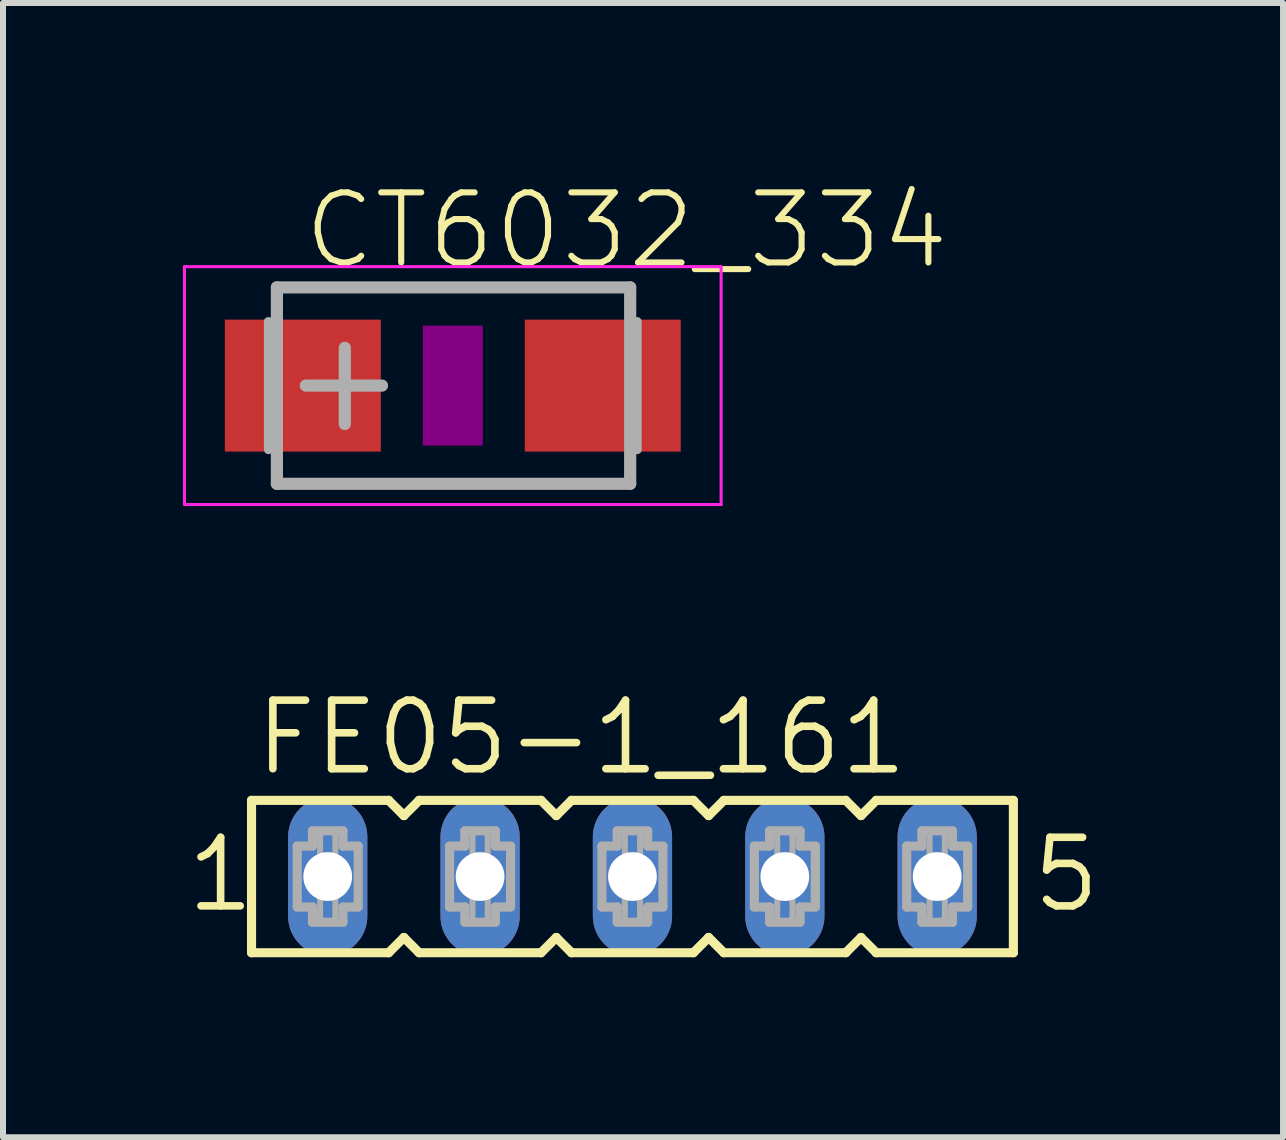
<source format=kicad_pcb>
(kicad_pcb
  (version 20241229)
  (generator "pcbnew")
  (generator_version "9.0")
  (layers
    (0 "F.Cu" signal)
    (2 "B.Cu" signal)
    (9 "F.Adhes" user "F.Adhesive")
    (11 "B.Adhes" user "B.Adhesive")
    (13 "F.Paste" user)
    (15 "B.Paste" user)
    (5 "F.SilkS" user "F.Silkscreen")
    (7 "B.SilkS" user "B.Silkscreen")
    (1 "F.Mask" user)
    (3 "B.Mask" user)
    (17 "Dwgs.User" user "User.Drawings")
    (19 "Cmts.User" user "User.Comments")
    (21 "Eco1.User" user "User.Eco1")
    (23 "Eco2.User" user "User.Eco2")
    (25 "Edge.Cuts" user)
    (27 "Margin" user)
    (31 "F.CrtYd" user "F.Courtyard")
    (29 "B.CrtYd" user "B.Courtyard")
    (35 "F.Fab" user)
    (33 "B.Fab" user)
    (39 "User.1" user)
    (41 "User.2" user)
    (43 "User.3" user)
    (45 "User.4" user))
  (footprint "FE05-1_161"
    (layer "F.Cu")
    (at 7.493 11.562)
    (property "Reference" "FE05-1_161" (at -6.35 -1.651 0) (unlocked yes) (layer "F.SilkS") (effects (font (size 1.143 1.143) (thickness 0.127)) (justify left bottom)))
    (fp_line (start -6.35 -1.27) (end -6.35 1.27) (stroke (width 0.152) (type solid)) (layer "F.SilkS"))
    (fp_line (start -6.35 1.27) (end -4.064 1.27) (stroke (width 0.152) (type solid)) (layer "F.SilkS"))
    (fp_line (start -4.064 -1.27) (end -6.35 -1.27) (stroke (width 0.152) (type solid)) (layer "F.SilkS"))
    (fp_line (start -4.064 1.27) (end -3.81 1.016) (stroke (width 0.152) (type solid)) (layer "F.SilkS"))
    (fp_line (start -3.81 -1.016) (end -4.064 -1.27) (stroke (width 0.152) (type solid)) (layer "F.SilkS"))
    (fp_line (start -3.81 1.016) (end -3.556 1.27) (stroke (width 0.152) (type solid)) (layer "F.SilkS"))
    (fp_line (start -3.556 -1.27) (end -3.81 -1.016) (stroke (width 0.152) (type solid)) (layer "F.SilkS"))
    (fp_line (start -3.556 1.27) (end -1.524 1.27) (stroke (width 0.152) (type solid)) (layer "F.SilkS"))
    (fp_line (start -1.524 -1.27) (end -3.556 -1.27) (stroke (width 0.152) (type solid)) (layer "F.SilkS"))
    (fp_line (start -1.524 1.27) (end -1.27 1.016) (stroke (width 0.152) (type solid)) (layer "F.SilkS"))
    (fp_line (start -1.27 -1.016) (end -1.524 -1.27) (stroke (width 0.152) (type solid)) (layer "F.SilkS"))
    (fp_line (start -1.27 1.016) (end -1.016 1.27) (stroke (width 0.152) (type solid)) (layer "F.SilkS"))
    (fp_line (start -1.016 -1.27) (end -1.27 -1.016) (stroke (width 0.152) (type solid)) (layer "F.SilkS"))
    (fp_line (start -1.016 1.27) (end 1.016 1.27) (stroke (width 0.152) (type solid)) (layer "F.SilkS"))
    (fp_line (start 1.016 -1.27) (end -1.016 -1.27) (stroke (width 0.152) (type solid)) (layer "F.SilkS"))
    (fp_line (start 1.016 1.27) (end 1.27 1.016) (stroke (width 0.152) (type solid)) (layer "F.SilkS"))
    (fp_line (start 1.27 -1.016) (end 1.016 -1.27) (stroke (width 0.152) (type solid)) (layer "F.SilkS"))
    (fp_line (start 1.27 1.016) (end 1.524 1.27) (stroke (width 0.152) (type solid)) (layer "F.SilkS"))
    (fp_line (start 1.524 -1.27) (end 1.27 -1.016) (stroke (width 0.152) (type solid)) (layer "F.SilkS"))
    (fp_line (start 1.524 1.27) (end 3.556 1.27) (stroke (width 0.152) (type solid)) (layer "F.SilkS"))
    (fp_line (start 3.556 -1.27) (end 1.524 -1.27) (stroke (width 0.152) (type solid)) (layer "F.SilkS"))
    (fp_line (start 3.556 1.27) (end 3.81 1.016) (stroke (width 0.152) (type solid)) (layer "F.SilkS"))
    (fp_line (start 3.81 -1.016) (end 3.556 -1.27) (stroke (width 0.152) (type solid)) (layer "F.SilkS"))
    (fp_line (start 3.81 1.016) (end 4.064 1.27) (stroke (width 0.152) (type solid)) (layer "F.SilkS"))
    (fp_line (start 4.064 -1.27) (end 3.81 -1.016) (stroke (width 0.152) (type solid)) (layer "F.SilkS"))
    (fp_line (start 4.064 1.27) (end 6.35 1.27) (stroke (width 0.152) (type solid)) (layer "F.SilkS"))
    (fp_line (start 6.35 -1.27) (end 4.064 -1.27) (stroke (width 0.152) (type solid)) (layer "F.SilkS"))
    (fp_line (start 6.35 1.27) (end 6.35 -1.27) (stroke (width 0.152) (type solid)) (layer "F.SilkS"))
    (fp_line (start -5.588 -0.508) (end -5.588 0.508) (stroke (width 0.152) (type solid)) (layer "F.Fab"))
    (fp_line (start -5.588 0.508) (end -5.334 0.508) (stroke (width 0.152) (type solid)) (layer "F.Fab"))
    (fp_line (start -5.334 -0.762) (end -5.334 -0.508) (stroke (width 0.152) (type solid)) (layer "F.Fab"))
    (fp_line (start -5.334 -0.508) (end -5.588 -0.508) (stroke (width 0.152) (type solid)) (layer "F.Fab"))
    (fp_line (start -5.334 0.508) (end -5.334 0.762) (stroke (width 0.152) (type solid)) (layer "F.Fab"))
    (fp_line (start -5.334 0.762) (end -4.826 0.762) (stroke (width 0.152) (type solid)) (layer "F.Fab"))
    (fp_line (start -4.826 -0.762) (end -5.334 -0.762) (stroke (width 0.152) (type solid)) (layer "F.Fab"))
    (fp_line (start -4.826 -0.508) (end -4.826 -0.762) (stroke (width 0.152) (type solid)) (layer "F.Fab"))
    (fp_line (start -4.826 0.508) (end -4.572 0.508) (stroke (width 0.152) (type solid)) (layer "F.Fab"))
    (fp_line (start -4.826 0.762) (end -4.826 0.508) (stroke (width 0.152) (type solid)) (layer "F.Fab"))
    (fp_line (start -4.572 -0.508) (end -4.826 -0.508) (stroke (width 0.152) (type solid)) (layer "F.Fab"))
    (fp_line (start -4.572 0.508) (end -4.572 -0.508) (stroke (width 0.152) (type solid)) (layer "F.Fab"))
    (fp_line (start -3.048 -0.508) (end -3.048 0.508) (stroke (width 0.152) (type solid)) (layer "F.Fab"))
    (fp_line (start -3.048 0.508) (end -2.794 0.508) (stroke (width 0.152) (type solid)) (layer "F.Fab"))
    (fp_line (start -2.794 -0.762) (end -2.794 -0.508) (stroke (width 0.152) (type solid)) (layer "F.Fab"))
    (fp_line (start -2.794 -0.508) (end -3.048 -0.508) (stroke (width 0.152) (type solid)) (layer "F.Fab"))
    (fp_line (start -2.794 0.508) (end -2.794 0.762) (stroke (width 0.152) (type solid)) (layer "F.Fab"))
    (fp_line (start -2.794 0.762) (end -2.286 0.762) (stroke (width 0.152) (type solid)) (layer "F.Fab"))
    (fp_line (start -2.286 -0.762) (end -2.794 -0.762) (stroke (width 0.152) (type solid)) (layer "F.Fab"))
    (fp_line (start -2.286 -0.508) (end -2.286 -0.762) (stroke (width 0.152) (type solid)) (layer "F.Fab"))
    (fp_line (start -2.286 0.508) (end -2.032 0.508) (stroke (width 0.152) (type solid)) (layer "F.Fab"))
    (fp_line (start -2.286 0.762) (end -2.286 0.508) (stroke (width 0.152) (type solid)) (layer "F.Fab"))
    (fp_line (start -2.032 -0.508) (end -2.286 -0.508) (stroke (width 0.152) (type solid)) (layer "F.Fab"))
    (fp_line (start -2.032 0.508) (end -2.032 -0.508) (stroke (width 0.152) (type solid)) (layer "F.Fab"))
    (fp_line (start -0.508 -0.508) (end -0.508 0.508) (stroke (width 0.152) (type solid)) (layer "F.Fab"))
    (fp_line (start -0.508 0.508) (end -0.254 0.508) (stroke (width 0.152) (type solid)) (layer "F.Fab"))
    (fp_line (start -0.254 -0.762) (end -0.254 -0.508) (stroke (width 0.152) (type solid)) (layer "F.Fab"))
    (fp_line (start -0.254 -0.508) (end -0.508 -0.508) (stroke (width 0.152) (type solid)) (layer "F.Fab"))
    (fp_line (start -0.254 0.508) (end -0.254 0.762) (stroke (width 0.152) (type solid)) (layer "F.Fab"))
    (fp_line (start -0.254 0.762) (end 0.254 0.762) (stroke (width 0.152) (type solid)) (layer "F.Fab"))
    (fp_line (start 0.254 -0.762) (end -0.254 -0.762) (stroke (width 0.152) (type solid)) (layer "F.Fab"))
    (fp_line (start 0.254 -0.508) (end 0.254 -0.762) (stroke (width 0.152) (type solid)) (layer "F.Fab"))
    (fp_line (start 0.254 0.508) (end 0.508 0.508) (stroke (width 0.152) (type solid)) (layer "F.Fab"))
    (fp_line (start 0.254 0.762) (end 0.254 0.508) (stroke (width 0.152) (type solid)) (layer "F.Fab"))
    (fp_line (start 0.508 -0.508) (end 0.254 -0.508) (stroke (width 0.152) (type solid)) (layer "F.Fab"))
    (fp_line (start 0.508 0.508) (end 0.508 -0.508) (stroke (width 0.152) (type solid)) (layer "F.Fab"))
    (fp_line (start 2.032 -0.508) (end 2.032 0.508) (stroke (width 0.152) (type solid)) (layer "F.Fab"))
    (fp_line (start 2.032 0.508) (end 2.286 0.508) (stroke (width 0.152) (type solid)) (layer "F.Fab"))
    (fp_line (start 2.286 -0.762) (end 2.286 -0.508) (stroke (width 0.152) (type solid)) (layer "F.Fab"))
    (fp_line (start 2.286 -0.508) (end 2.032 -0.508) (stroke (width 0.152) (type solid)) (layer "F.Fab"))
    (fp_line (start 2.286 0.508) (end 2.286 0.762) (stroke (width 0.152) (type solid)) (layer "F.Fab"))
    (fp_line (start 2.286 0.762) (end 2.794 0.762) (stroke (width 0.152) (type solid)) (layer "F.Fab"))
    (fp_line (start 2.794 -0.762) (end 2.286 -0.762) (stroke (width 0.152) (type solid)) (layer "F.Fab"))
    (fp_line (start 2.794 -0.508) (end 2.794 -0.762) (stroke (width 0.152) (type solid)) (layer "F.Fab"))
    (fp_line (start 2.794 0.508) (end 3.048 0.508) (stroke (width 0.152) (type solid)) (layer "F.Fab"))
    (fp_line (start 2.794 0.762) (end 2.794 0.508) (stroke (width 0.152) (type solid)) (layer "F.Fab"))
    (fp_line (start 3.048 -0.508) (end 2.794 -0.508) (stroke (width 0.152) (type solid)) (layer "F.Fab"))
    (fp_line (start 3.048 0.508) (end 3.048 -0.508) (stroke (width 0.152) (type solid)) (layer "F.Fab"))
    (fp_line (start 4.572 -0.508) (end 4.572 0.508) (stroke (width 0.152) (type solid)) (layer "F.Fab"))
    (fp_line (start 4.572 0.508) (end 4.826 0.508) (stroke (width 0.152) (type solid)) (layer "F.Fab"))
    (fp_line (start 4.826 -0.762) (end 4.826 -0.508) (stroke (width 0.152) (type solid)) (layer "F.Fab"))
    (fp_line (start 4.826 -0.508) (end 4.572 -0.508) (stroke (width 0.152) (type solid)) (layer "F.Fab"))
    (fp_line (start 4.826 0.508) (end 4.826 0.762) (stroke (width 0.152) (type solid)) (layer "F.Fab"))
    (fp_line (start 4.826 0.762) (end 5.334 0.762) (stroke (width 0.152) (type solid)) (layer "F.Fab"))
    (fp_line (start 5.334 -0.762) (end 4.826 -0.762) (stroke (width 0.152) (type solid)) (layer "F.Fab"))
    (fp_line (start 5.334 -0.508) (end 5.334 -0.762) (stroke (width 0.152) (type solid)) (layer "F.Fab"))
    (fp_line (start 5.334 0.508) (end 5.588 0.508) (stroke (width 0.152) (type solid)) (layer "F.Fab"))
    (fp_line (start 5.334 0.762) (end 5.334 0.508) (stroke (width 0.152) (type solid)) (layer "F.Fab"))
    (fp_line (start 5.588 -0.508) (end 5.334 -0.508) (stroke (width 0.152) (type solid)) (layer "F.Fab"))
    (fp_line (start 5.588 0.508) (end 5.588 -0.508) (stroke (width 0.152) (type solid)) (layer "F.Fab"))
    (fp_poly (pts (xy -5.207 -0.254) (xy -4.953 -0.254) (xy -4.953 -0.762) (xy -5.207 -0.762)) (stroke (width 0.1) (type default)) (fill no) (layer "F.Fab"))
    (fp_poly (pts (xy -5.207 0.762) (xy -4.953 0.762) (xy -4.953 0.254) (xy -5.207 0.254)) (stroke (width 0.1) (type default)) (fill no) (layer "F.Fab"))
    (fp_poly (pts (xy -2.667 -0.254) (xy -2.413 -0.254) (xy -2.413 -0.762) (xy -2.667 -0.762)) (stroke (width 0.1) (type default)) (fill no) (layer "F.Fab"))
    (fp_poly (pts (xy -2.667 0.762) (xy -2.413 0.762) (xy -2.413 0.254) (xy -2.667 0.254)) (stroke (width 0.1) (type default)) (fill no) (layer "F.Fab"))
    (fp_poly (pts (xy -0.127 -0.254) (xy 0.127 -0.254) (xy 0.127 -0.762) (xy -0.127 -0.762)) (stroke (width 0.1) (type default)) (fill no) (layer "F.Fab"))
    (fp_poly (pts (xy -0.127 0.762) (xy 0.127 0.762) (xy 0.127 0.254) (xy -0.127 0.254)) (stroke (width 0.1) (type default)) (fill no) (layer "F.Fab"))
    (fp_poly (pts (xy 2.413 -0.254) (xy 2.667 -0.254) (xy 2.667 -0.762) (xy 2.413 -0.762)) (stroke (width 0.1) (type default)) (fill no) (layer "F.Fab"))
    (fp_poly (pts (xy 2.413 0.762) (xy 2.667 0.762) (xy 2.667 0.254) (xy 2.413 0.254)) (stroke (width 0.1) (type default)) (fill no) (layer "F.Fab"))
    (fp_poly (pts (xy 4.953 -0.254) (xy 5.207 -0.254) (xy 5.207 -0.762) (xy 4.953 -0.762)) (stroke (width 0.1) (type default)) (fill no) (layer "F.Fab"))
    (fp_poly (pts (xy 4.953 0.762) (xy 5.207 0.762) (xy 5.207 0.254) (xy 4.953 0.254)) (stroke (width 0.1) (type default)) (fill no) (layer "F.Fab"))
    (fp_text user "1" (at -7.493 0.635 0) (unlocked yes) (layer "F.SilkS") (effects (font (size 1.143 1.143) (thickness 0.127)) (justify left bottom)))
    (fp_text user "5" (at 6.604 0.635 0) (unlocked yes) (layer "F.SilkS") (effects (font (size 1.143 1.143) (thickness 0.127)) (justify left bottom)))
    (pad "1" thru_hole oval (at -5.08 0 90) (size 2.642 1.321) (drill 0.813) (layers "*.Cu" "*.Mask"))
    (pad "2" thru_hole oval (at -2.54 0 90) (size 2.642 1.321) (drill 0.813) (layers "*.Cu" "*.Mask"))
    (pad "3" thru_hole oval (at 0 0 90) (size 2.642 1.321) (drill 0.813) (layers "*.Cu" "*.Mask"))
    (pad "4" thru_hole oval (at 2.54 0 90) (size 2.642 1.321) (drill 0.813) (layers "*.Cu" "*.Mask"))
    (pad "5" thru_hole oval (at 5.08 0 90) (size 2.642 1.321) (drill 0.813) (layers "*.Cu" "*.Mask")))
  (footprint "CT6032_334"
    (layer "F.Cu")
    (at 4.498 3.378)
    (property "Reference" "CT6032_334" (at -2.54 -1.905 0) (unlocked yes) (layer "F.SilkS") (effects (font (size 1.168 1.168) (thickness 0.102)) (justify left bottom)))
    (fp_poly (pts (xy -0.5 1) (xy 0.5 1) (xy 0.5 -1) (xy -0.5 -1)) (stroke (width 0) (type default)) (fill yes) (layer "F.Adhes"))
    (fp_line (start -4.473 -1.983) (end 4.473 -1.983) (stroke (width 0.051) (type solid)) (layer "F.CrtYd"))
    (fp_line (start -4.473 1.983) (end -4.473 -1.983) (stroke (width 0.051) (type solid)) (layer "F.CrtYd"))
    (fp_line (start 4.473 -1.983) (end 4.473 1.983) (stroke (width 0.051) (type solid)) (layer "F.CrtYd"))
    (fp_line (start 4.473 1.983) (end -4.473 1.983) (stroke (width 0.051) (type solid)) (layer "F.CrtYd"))
    (fp_line (start -3.073 -1.067) (end -3.073 1.067) (stroke (width 0.152) (type solid)) (layer "F.Fab"))
    (fp_line (start -2.932 1.637) (end -2.932 -1.637) (stroke (width 0.203) (type solid)) (layer "F.Fab"))
    (fp_line (start -1.8 -0.63) (end -1.8 0.64) (stroke (width 0.203) (type solid)) (layer "F.Fab"))
    (fp_line (start -1.18 0) (end -2.45 0) (stroke (width 0.203) (type solid)) (layer "F.Fab"))
    (fp_line (start 2.957 -1.637) (end -2.932 -1.637) (stroke (width 0.203) (type solid)) (layer "F.Fab"))
    (fp_line (start 2.957 1.637) (end -2.932 1.637) (stroke (width 0.203) (type solid)) (layer "F.Fab"))
    (fp_line (start 2.957 1.637) (end 2.957 -1.637) (stroke (width 0.203) (type solid)) (layer "F.Fab"))
    (fp_line (start 3.073 -1.067) (end 3.073 1.067) (stroke (width 0.152) (type solid)) (layer "F.Fab"))
    (pad "+" smd rect (at -2.5 0) (size 2.6 2.2) (layers "F.Cu" "F.Mask" "F.Paste"))
    (pad "-" smd rect (at 2.5 0) (size 2.6 2.2) (layers "F.Cu" "F.Mask" "F.Paste")))
  (gr_rect
    (start -3 -3)
    (end 18.338 15.908)
    (stroke (width 0.1) (type default))
    (fill no)
    (layer "Edge.Cuts")))
</source>
